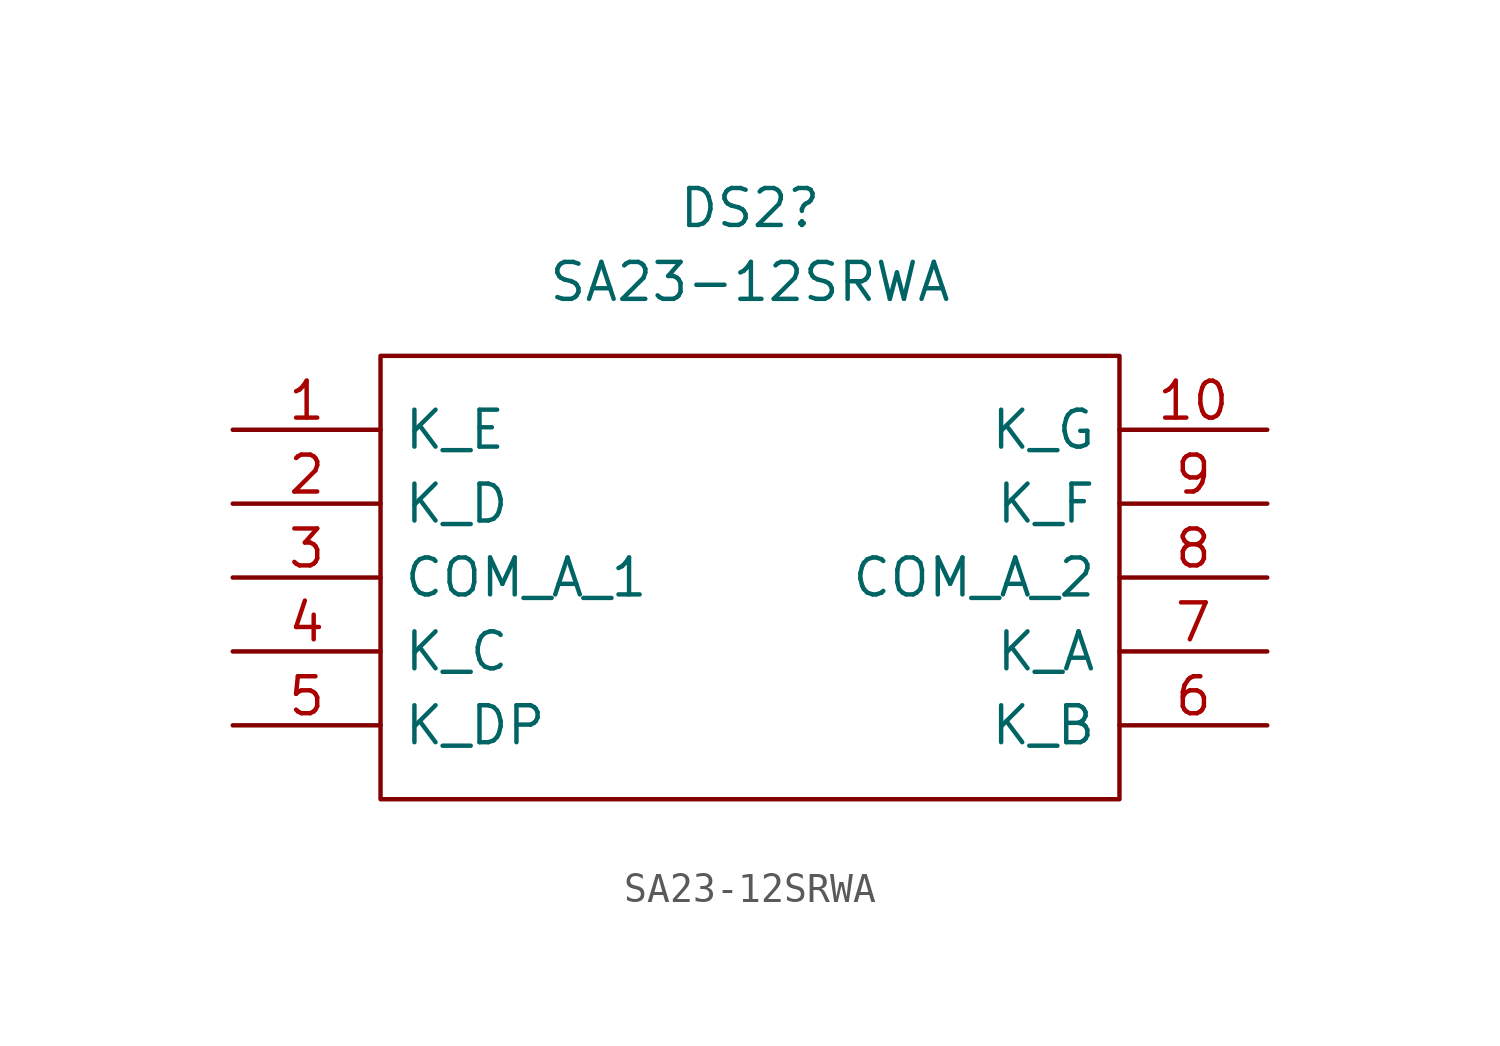
<source format=kicad_sym>
(kicad_symbol_lib
  (version 20211014)
  (generator kicad_symbol_editor)
  (symbol "SA23-12SRWA"
    (pin_names
      (offset 0.762))
    (property "Reference" "DS2"
      (at 17.78 7.62 0)
      (effects (font (size 1.27 1.27))))
    (property "Value" "SA23-12SRWA"
      (at 17.78 5.08 0)
      (effects (font (size 1.27 1.27))))
    (symbol "SA23-12SRWA_0_0"
      (pin passive line (at 0 0 0) (length 5.08) (name "K_E" (effects (font (size 1.27 1.27)))) (number "1" (effects (font (size 1.27 1.27)))))
      (pin passive line (at 35.56 0 180) (length 5.08) (name "K_G" (effects (font (size 1.27 1.27)))) (number "10" (effects (font (size 1.27 1.27)))))
      (pin passive line (at 0 -2.54 0) (length 5.08) (name "K_D" (effects (font (size 1.27 1.27)))) (number "2" (effects (font (size 1.27 1.27)))))
      (pin passive line (at 0 -5.08 0) (length 5.08) (name "COM_A_1" (effects (font (size 1.27 1.27)))) (number "3" (effects (font (size 1.27 1.27)))))
      (pin passive line (at 0 -7.62 0) (length 5.08) (name "K_C" (effects (font (size 1.27 1.27)))) (number "4" (effects (font (size 1.27 1.27)))))
      (pin passive line (at 0 -10.16 0) (length 5.08) (name "K_DP" (effects (font (size 1.27 1.27)))) (number "5" (effects (font (size 1.27 1.27)))))
      (pin passive line (at 35.56 -10.16 180) (length 5.08) (name "K_B" (effects (font (size 1.27 1.27)))) (number "6" (effects (font (size 1.27 1.27)))))
      (pin passive line (at 35.56 -7.62 180) (length 5.08) (name "K_A" (effects (font (size 1.27 1.27)))) (number "7" (effects (font (size 1.27 1.27)))))
      (pin passive line (at 35.56 -5.08 180) (length 5.08) (name "COM_A_2" (effects (font (size 1.27 1.27)))) (number "8" (effects (font (size 1.27 1.27)))))
      (pin passive line (at 35.56 -2.54 180) (length 5.08) (name "K_F" (effects (font (size 1.27 1.27)))) (number "9" (effects (font (size 1.27 1.27))))))
    (symbol "SA23-12SRWA_0_1"
      (polyline (pts (xy 5.08 2.54) (xy 30.48 2.54) (xy 30.48 -12.7) (xy 5.08 -12.7) (xy 5.08 2.54)) (stroke (width 0.152) (type default) (color 0 0 0 0)) (fill (type none))))))
</source>
